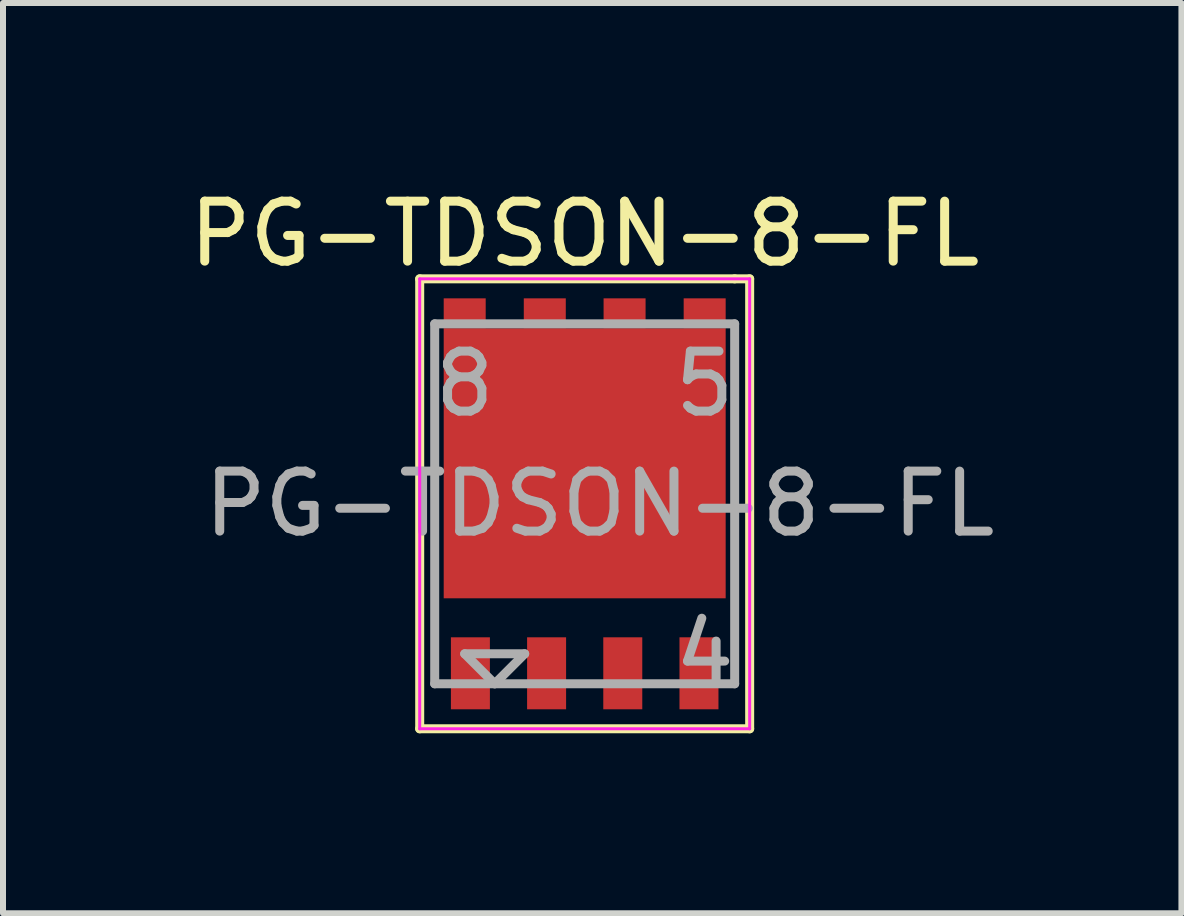
<source format=kicad_pcb>
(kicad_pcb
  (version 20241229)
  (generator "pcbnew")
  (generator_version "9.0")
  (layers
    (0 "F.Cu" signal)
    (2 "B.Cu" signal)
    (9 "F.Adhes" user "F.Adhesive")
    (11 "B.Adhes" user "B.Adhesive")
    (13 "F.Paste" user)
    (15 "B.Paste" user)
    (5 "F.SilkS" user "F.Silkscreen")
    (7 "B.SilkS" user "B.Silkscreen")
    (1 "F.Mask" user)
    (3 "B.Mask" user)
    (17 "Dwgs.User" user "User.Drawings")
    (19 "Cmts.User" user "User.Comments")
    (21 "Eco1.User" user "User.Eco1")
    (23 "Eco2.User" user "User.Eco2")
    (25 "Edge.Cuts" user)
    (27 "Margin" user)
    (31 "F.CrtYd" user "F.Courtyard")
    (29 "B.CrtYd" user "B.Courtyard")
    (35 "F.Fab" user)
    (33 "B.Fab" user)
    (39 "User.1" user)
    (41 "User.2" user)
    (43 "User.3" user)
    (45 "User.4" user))
  (footprint "PG-TDSON-8-FL"
    (layer "F.Cu")
    (at 6.696 5.348)
    (property "Reference" "PG-TDSON-8-FL" (at 0 -4.5 0) (layer "F.SilkS") (effects (font (size 1 1) (thickness 0.15))))
    (attr smd)
    (fp_line (start -2.75 -3.75) (end -2.75 3.75) (stroke (width 0.15) (type solid)) (layer "F.SilkS"))
    (fp_line (start -2.75 3.75) (end 2.75 3.75) (stroke (width 0.15) (type solid)) (layer "F.SilkS"))
    (fp_line (start 2.5 -3.75) (end -2.75 -3.75) (stroke (width 0.15) (type solid)) (layer "F.SilkS"))
    (fp_line (start 2.75 -3.75) (end 2.5 -3.75) (stroke (width 0.15) (type solid)) (layer "F.SilkS"))
    (fp_line (start 2.75 3.75) (end 2.75 -3.75) (stroke (width 0.15) (type solid)) (layer "F.SilkS"))
    (fp_line (start -2.75 3.75) (end -2.75 -3.75) (stroke (width 0.05) (type solid)) (layer "F.CrtYd"))
    (fp_line (start 2.75 -3.75) (end -2.75 -3.75) (stroke (width 0.05) (type solid)) (layer "F.CrtYd"))
    (fp_line (start 2.75 -3.75) (end 2.75 3.75) (stroke (width 0.05) (type solid)) (layer "F.CrtYd"))
    (fp_line (start 2.75 3.75) (end -2.75 3.75) (stroke (width 0.05) (type solid)) (layer "F.CrtYd"))
    (fp_line (start -2.5 -3) (end -2.5 3) (stroke (width 0.15) (type solid)) (layer "F.Fab"))
    (fp_line (start -2.5 3) (end 2.5 3) (stroke (width 0.15) (type solid)) (layer "F.Fab"))
    (fp_line (start -2 2.5) (end -1.5 3) (stroke (width 0.15) (type solid)) (layer "F.Fab"))
    (fp_line (start -1.5 3) (end -1 2.5) (stroke (width 0.15) (type solid)) (layer "F.Fab"))
    (fp_line (start -1 2.5) (end -2 2.5) (stroke (width 0.15) (type solid)) (layer "F.Fab"))
    (fp_line (start 2.5 -3) (end -2.5 -3) (stroke (width 0.15) (type solid)) (layer "F.Fab"))
    (fp_line (start 2.5 3) (end 2.5 -3) (stroke (width 0.15) (type solid)) (layer "F.Fab"))
    (fp_text user "4" (at 2 2.5 0) (layer "F.Fab") (effects (font (size 1 1) (thickness 0.15))))
    (fp_text user "${REFERENCE}" (at 0.25 0 0) (layer "F.Fab") (effects (font (size 1 1) (thickness 0.15))))
    (fp_text user "8" (at -2 -2 0) (layer "F.Fab") (effects (font (size 1 1) (thickness 0.15))))
    (fp_text user "5" (at 2 -2 0) (layer "F.Fab") (effects (font (size 1 1) (thickness 0.15))))
    (pad "1" smd rect (at -1.905 2.825) (size 0.65 1.2) (layers "F.Cu" "F.Mask" "F.Paste"))
    (pad "1" smd rect (at -0.635 2.825) (size 0.65 1.2) (layers "F.Cu" "F.Mask" "F.Paste"))
    (pad "1" smd rect (at 0.635 2.825) (size 0.65 1.2) (layers "F.Cu" "F.Mask" "F.Paste"))
    (pad "4" smd rect (at 1.905 2.825) (size 0.65 1.2) (layers "F.Cu" "F.Mask" "F.Paste"))
    (pad "5" smd rect (at -2 -3.175) (size 0.7 0.5) (layers "F.Cu" "F.Mask" "F.Paste"))
    (pad "5" smd rect (at -0.665 -3.175) (size 0.7 0.5) (layers "F.Cu" "F.Mask" "F.Paste"))
    (pad "5" smd rect (at 0 -0.675) (size 4.7 4.5) (layers "F.Cu" "F.Mask" "F.Paste"))
    (pad "5" smd rect (at 0.665 -3.175) (size 0.7 0.5) (layers "F.Cu" "F.Mask" "F.Paste"))
    (pad "5" smd rect (at 2 -3.175) (size 0.7 0.5) (layers "F.Cu" "F.Mask" "F.Paste")))
  (gr_rect
    (start -3 -3)
    (end 16.643 12.173)
    (stroke (width 0.1) (type default))
    (fill no)
    (layer "Edge.Cuts")))
</source>
